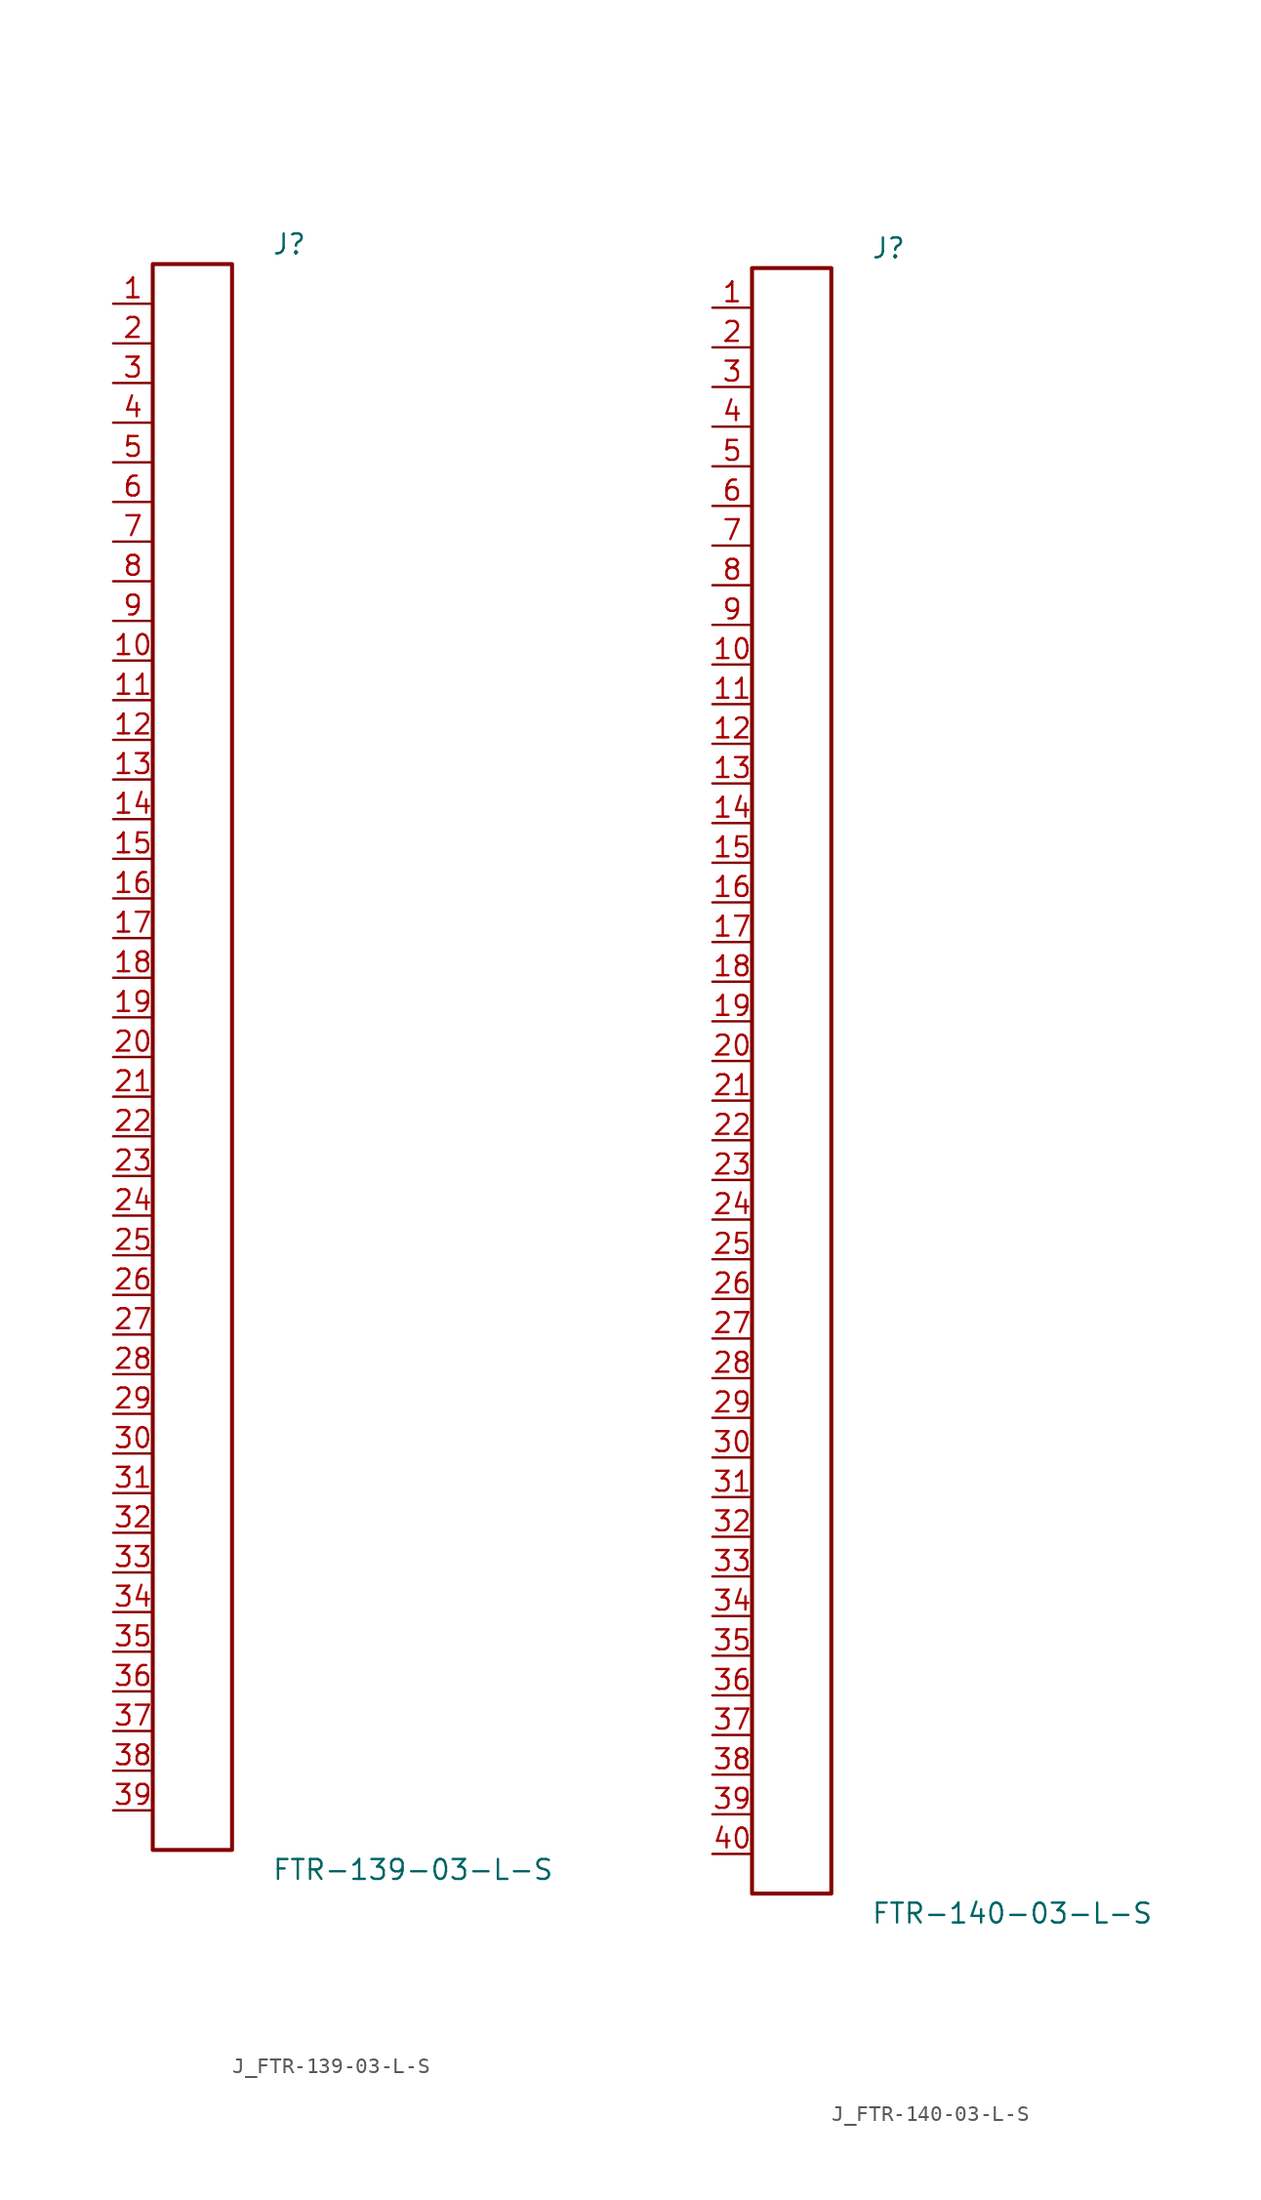
<source format=kicad_sym>
(kicad_symbol_lib
  (version 20231120)
  (generator kicad_symbol_editor)
  (generator_version 8.0)
  (symbol "J_FTR-139-03-L-S"
    (pin_names
      (offset 0.254))
    (property "Reference" "J"
      (at 5.08 52.07 0)
      (effects (font (size 1.27 1.27)) (justify left)))
    (property "Value" "FTR-139-03-L-S"
      (at 5.08 -52.07 0)
      (effects (font (size 1.27 1.27)) (justify left)))
    (symbol "J_FTR-139-03-L-S_0_0"
      (pin unspecified line (at -5.08 48.26 0) (length 2.54) (name "" (effects (font (size 1.27 1.27)))) (number "1" (effects (font (size 1.27 1.27)))))
      (pin unspecified line (at -5.08 45.72 0) (length 2.54) (name "" (effects (font (size 1.27 1.27)))) (number "2" (effects (font (size 1.27 1.27)))))
      (pin unspecified line (at -5.08 43.18 0) (length 2.54) (name "" (effects (font (size 1.27 1.27)))) (number "3" (effects (font (size 1.27 1.27)))))
      (pin unspecified line (at -5.08 40.64 0) (length 2.54) (name "" (effects (font (size 1.27 1.27)))) (number "4" (effects (font (size 1.27 1.27)))))
      (pin unspecified line (at -5.08 38.1 0) (length 2.54) (name "" (effects (font (size 1.27 1.27)))) (number "5" (effects (font (size 1.27 1.27)))))
      (pin unspecified line (at -5.08 35.56 0) (length 2.54) (name "" (effects (font (size 1.27 1.27)))) (number "6" (effects (font (size 1.27 1.27)))))
      (pin unspecified line (at -5.08 33.02 0) (length 2.54) (name "" (effects (font (size 1.27 1.27)))) (number "7" (effects (font (size 1.27 1.27)))))
      (pin unspecified line (at -5.08 30.48 0) (length 2.54) (name "" (effects (font (size 1.27 1.27)))) (number "8" (effects (font (size 1.27 1.27)))))
      (pin unspecified line (at -5.08 27.94 0) (length 2.54) (name "" (effects (font (size 1.27 1.27)))) (number "9" (effects (font (size 1.27 1.27)))))
      (pin unspecified line (at -5.08 25.4 0) (length 2.54) (name "" (effects (font (size 1.27 1.27)))) (number "10" (effects (font (size 1.27 1.27)))))
      (pin unspecified line (at -5.08 22.86 0) (length 2.54) (name "" (effects (font (size 1.27 1.27)))) (number "11" (effects (font (size 1.27 1.27)))))
      (pin unspecified line (at -5.08 20.32 0) (length 2.54) (name "" (effects (font (size 1.27 1.27)))) (number "12" (effects (font (size 1.27 1.27)))))
      (pin unspecified line (at -5.08 17.78 0) (length 2.54) (name "" (effects (font (size 1.27 1.27)))) (number "13" (effects (font (size 1.27 1.27)))))
      (pin unspecified line (at -5.08 15.24 0) (length 2.54) (name "" (effects (font (size 1.27 1.27)))) (number "14" (effects (font (size 1.27 1.27)))))
      (pin unspecified line (at -5.08 12.7 0) (length 2.54) (name "" (effects (font (size 1.27 1.27)))) (number "15" (effects (font (size 1.27 1.27)))))
      (pin unspecified line (at -5.08 10.16 0) (length 2.54) (name "" (effects (font (size 1.27 1.27)))) (number "16" (effects (font (size 1.27 1.27)))))
      (pin unspecified line (at -5.08 7.62 0) (length 2.54) (name "" (effects (font (size 1.27 1.27)))) (number "17" (effects (font (size 1.27 1.27)))))
      (pin unspecified line (at -5.08 5.08 0) (length 2.54) (name "" (effects (font (size 1.27 1.27)))) (number "18" (effects (font (size 1.27 1.27)))))
      (pin unspecified line (at -5.08 2.54 0) (length 2.54) (name "" (effects (font (size 1.27 1.27)))) (number "19" (effects (font (size 1.27 1.27)))))
      (pin unspecified line (at -5.08 0.0 0) (length 2.54) (name "" (effects (font (size 1.27 1.27)))) (number "20" (effects (font (size 1.27 1.27)))))
      (pin unspecified line (at -5.08 -2.54 0) (length 2.54) (name "" (effects (font (size 1.27 1.27)))) (number "21" (effects (font (size 1.27 1.27)))))
      (pin unspecified line (at -5.08 -5.08 0) (length 2.54) (name "" (effects (font (size 1.27 1.27)))) (number "22" (effects (font (size 1.27 1.27)))))
      (pin unspecified line (at -5.08 -7.62 0) (length 2.54) (name "" (effects (font (size 1.27 1.27)))) (number "23" (effects (font (size 1.27 1.27)))))
      (pin unspecified line (at -5.08 -10.16 0) (length 2.54) (name "" (effects (font (size 1.27 1.27)))) (number "24" (effects (font (size 1.27 1.27)))))
      (pin unspecified line (at -5.08 -12.7 0) (length 2.54) (name "" (effects (font (size 1.27 1.27)))) (number "25" (effects (font (size 1.27 1.27)))))
      (pin unspecified line (at -5.08 -15.24 0) (length 2.54) (name "" (effects (font (size 1.27 1.27)))) (number "26" (effects (font (size 1.27 1.27)))))
      (pin unspecified line (at -5.08 -17.78 0) (length 2.54) (name "" (effects (font (size 1.27 1.27)))) (number "27" (effects (font (size 1.27 1.27)))))
      (pin unspecified line (at -5.08 -20.32 0) (length 2.54) (name "" (effects (font (size 1.27 1.27)))) (number "28" (effects (font (size 1.27 1.27)))))
      (pin unspecified line (at -5.08 -22.86 0) (length 2.54) (name "" (effects (font (size 1.27 1.27)))) (number "29" (effects (font (size 1.27 1.27)))))
      (pin unspecified line (at -5.08 -25.4 0) (length 2.54) (name "" (effects (font (size 1.27 1.27)))) (number "30" (effects (font (size 1.27 1.27)))))
      (pin unspecified line (at -5.08 -27.94 0) (length 2.54) (name "" (effects (font (size 1.27 1.27)))) (number "31" (effects (font (size 1.27 1.27)))))
      (pin unspecified line (at -5.08 -30.48 0) (length 2.54) (name "" (effects (font (size 1.27 1.27)))) (number "32" (effects (font (size 1.27 1.27)))))
      (pin unspecified line (at -5.08 -33.02 0) (length 2.54) (name "" (effects (font (size 1.27 1.27)))) (number "33" (effects (font (size 1.27 1.27)))))
      (pin unspecified line (at -5.08 -35.56 0) (length 2.54) (name "" (effects (font (size 1.27 1.27)))) (number "34" (effects (font (size 1.27 1.27)))))
      (pin unspecified line (at -5.08 -38.1 0) (length 2.54) (name "" (effects (font (size 1.27 1.27)))) (number "35" (effects (font (size 1.27 1.27)))))
      (pin unspecified line (at -5.08 -40.64 0) (length 2.54) (name "" (effects (font (size 1.27 1.27)))) (number "36" (effects (font (size 1.27 1.27)))))
      (pin unspecified line (at -5.08 -43.18 0) (length 2.54) (name "" (effects (font (size 1.27 1.27)))) (number "37" (effects (font (size 1.27 1.27)))))
      (pin unspecified line (at -5.08 -45.72 0) (length 2.54) (name "" (effects (font (size 1.27 1.27)))) (number "38" (effects (font (size 1.27 1.27)))))
      (pin unspecified line (at -5.08 -48.26 0) (length 2.54) (name "" (effects (font (size 1.27 1.27)))) (number "39" (effects (font (size 1.27 1.27))))))
    (symbol "J_FTR-139-03-L-S_1_0"
      (rectangle (start -2.54 50.8) (end 2.54 -50.8) (stroke (width 0.254) (type solid)) (fill (type none)))))
  (symbol "J_FTR-140-03-L-S"
    (pin_names
      (offset 0.254))
    (property "Reference" "J"
      (at 5.08 53.34 0)
      (effects (font (size 1.27 1.27)) (justify left)))
    (property "Value" "FTR-140-03-L-S"
      (at 5.08 -53.34 0)
      (effects (font (size 1.27 1.27)) (justify left)))
    (symbol "J_FTR-140-03-L-S_0_0"
      (pin unspecified line (at -5.08 49.53 0) (length 2.54) (name "" (effects (font (size 1.27 1.27)))) (number "1" (effects (font (size 1.27 1.27)))))
      (pin unspecified line (at -5.08 46.99 0) (length 2.54) (name "" (effects (font (size 1.27 1.27)))) (number "2" (effects (font (size 1.27 1.27)))))
      (pin unspecified line (at -5.08 44.45 0) (length 2.54) (name "" (effects (font (size 1.27 1.27)))) (number "3" (effects (font (size 1.27 1.27)))))
      (pin unspecified line (at -5.08 41.91 0) (length 2.54) (name "" (effects (font (size 1.27 1.27)))) (number "4" (effects (font (size 1.27 1.27)))))
      (pin unspecified line (at -5.08 39.37 0) (length 2.54) (name "" (effects (font (size 1.27 1.27)))) (number "5" (effects (font (size 1.27 1.27)))))
      (pin unspecified line (at -5.08 36.83 0) (length 2.54) (name "" (effects (font (size 1.27 1.27)))) (number "6" (effects (font (size 1.27 1.27)))))
      (pin unspecified line (at -5.08 34.29 0) (length 2.54) (name "" (effects (font (size 1.27 1.27)))) (number "7" (effects (font (size 1.27 1.27)))))
      (pin unspecified line (at -5.08 31.75 0) (length 2.54) (name "" (effects (font (size 1.27 1.27)))) (number "8" (effects (font (size 1.27 1.27)))))
      (pin unspecified line (at -5.08 29.21 0) (length 2.54) (name "" (effects (font (size 1.27 1.27)))) (number "9" (effects (font (size 1.27 1.27)))))
      (pin unspecified line (at -5.08 26.67 0) (length 2.54) (name "" (effects (font (size 1.27 1.27)))) (number "10" (effects (font (size 1.27 1.27)))))
      (pin unspecified line (at -5.08 24.13 0) (length 2.54) (name "" (effects (font (size 1.27 1.27)))) (number "11" (effects (font (size 1.27 1.27)))))
      (pin unspecified line (at -5.08 21.59 0) (length 2.54) (name "" (effects (font (size 1.27 1.27)))) (number "12" (effects (font (size 1.27 1.27)))))
      (pin unspecified line (at -5.08 19.05 0) (length 2.54) (name "" (effects (font (size 1.27 1.27)))) (number "13" (effects (font (size 1.27 1.27)))))
      (pin unspecified line (at -5.08 16.51 0) (length 2.54) (name "" (effects (font (size 1.27 1.27)))) (number "14" (effects (font (size 1.27 1.27)))))
      (pin unspecified line (at -5.08 13.97 0) (length 2.54) (name "" (effects (font (size 1.27 1.27)))) (number "15" (effects (font (size 1.27 1.27)))))
      (pin unspecified line (at -5.08 11.43 0) (length 2.54) (name "" (effects (font (size 1.27 1.27)))) (number "16" (effects (font (size 1.27 1.27)))))
      (pin unspecified line (at -5.08 8.89 0) (length 2.54) (name "" (effects (font (size 1.27 1.27)))) (number "17" (effects (font (size 1.27 1.27)))))
      (pin unspecified line (at -5.08 6.35 0) (length 2.54) (name "" (effects (font (size 1.27 1.27)))) (number "18" (effects (font (size 1.27 1.27)))))
      (pin unspecified line (at -5.08 3.81 0) (length 2.54) (name "" (effects (font (size 1.27 1.27)))) (number "19" (effects (font (size 1.27 1.27)))))
      (pin unspecified line (at -5.08 1.27 0) (length 2.54) (name "" (effects (font (size 1.27 1.27)))) (number "20" (effects (font (size 1.27 1.27)))))
      (pin unspecified line (at -5.08 -1.27 0) (length 2.54) (name "" (effects (font (size 1.27 1.27)))) (number "21" (effects (font (size 1.27 1.27)))))
      (pin unspecified line (at -5.08 -3.81 0) (length 2.54) (name "" (effects (font (size 1.27 1.27)))) (number "22" (effects (font (size 1.27 1.27)))))
      (pin unspecified line (at -5.08 -6.35 0) (length 2.54) (name "" (effects (font (size 1.27 1.27)))) (number "23" (effects (font (size 1.27 1.27)))))
      (pin unspecified line (at -5.08 -8.89 0) (length 2.54) (name "" (effects (font (size 1.27 1.27)))) (number "24" (effects (font (size 1.27 1.27)))))
      (pin unspecified line (at -5.08 -11.43 0) (length 2.54) (name "" (effects (font (size 1.27 1.27)))) (number "25" (effects (font (size 1.27 1.27)))))
      (pin unspecified line (at -5.08 -13.97 0) (length 2.54) (name "" (effects (font (size 1.27 1.27)))) (number "26" (effects (font (size 1.27 1.27)))))
      (pin unspecified line (at -5.08 -16.51 0) (length 2.54) (name "" (effects (font (size 1.27 1.27)))) (number "27" (effects (font (size 1.27 1.27)))))
      (pin unspecified line (at -5.08 -19.05 0) (length 2.54) (name "" (effects (font (size 1.27 1.27)))) (number "28" (effects (font (size 1.27 1.27)))))
      (pin unspecified line (at -5.08 -21.59 0) (length 2.54) (name "" (effects (font (size 1.27 1.27)))) (number "29" (effects (font (size 1.27 1.27)))))
      (pin unspecified line (at -5.08 -24.13 0) (length 2.54) (name "" (effects (font (size 1.27 1.27)))) (number "30" (effects (font (size 1.27 1.27)))))
      (pin unspecified line (at -5.08 -26.67 0) (length 2.54) (name "" (effects (font (size 1.27 1.27)))) (number "31" (effects (font (size 1.27 1.27)))))
      (pin unspecified line (at -5.08 -29.21 0) (length 2.54) (name "" (effects (font (size 1.27 1.27)))) (number "32" (effects (font (size 1.27 1.27)))))
      (pin unspecified line (at -5.08 -31.75 0) (length 2.54) (name "" (effects (font (size 1.27 1.27)))) (number "33" (effects (font (size 1.27 1.27)))))
      (pin unspecified line (at -5.08 -34.29 0) (length 2.54) (name "" (effects (font (size 1.27 1.27)))) (number "34" (effects (font (size 1.27 1.27)))))
      (pin unspecified line (at -5.08 -36.83 0) (length 2.54) (name "" (effects (font (size 1.27 1.27)))) (number "35" (effects (font (size 1.27 1.27)))))
      (pin unspecified line (at -5.08 -39.37 0) (length 2.54) (name "" (effects (font (size 1.27 1.27)))) (number "36" (effects (font (size 1.27 1.27)))))
      (pin unspecified line (at -5.08 -41.91 0) (length 2.54) (name "" (effects (font (size 1.27 1.27)))) (number "37" (effects (font (size 1.27 1.27)))))
      (pin unspecified line (at -5.08 -44.45 0) (length 2.54) (name "" (effects (font (size 1.27 1.27)))) (number "38" (effects (font (size 1.27 1.27)))))
      (pin unspecified line (at -5.08 -46.99 0) (length 2.54) (name "" (effects (font (size 1.27 1.27)))) (number "39" (effects (font (size 1.27 1.27)))))
      (pin unspecified line (at -5.08 -49.53 0) (length 2.54) (name "" (effects (font (size 1.27 1.27)))) (number "40" (effects (font (size 1.27 1.27))))))
    (symbol "J_FTR-140-03-L-S_1_0"
      (rectangle (start -2.54 52.07) (end 2.54 -52.07) (stroke (width 0.254) (type solid)) (fill (type none))))))
</source>
